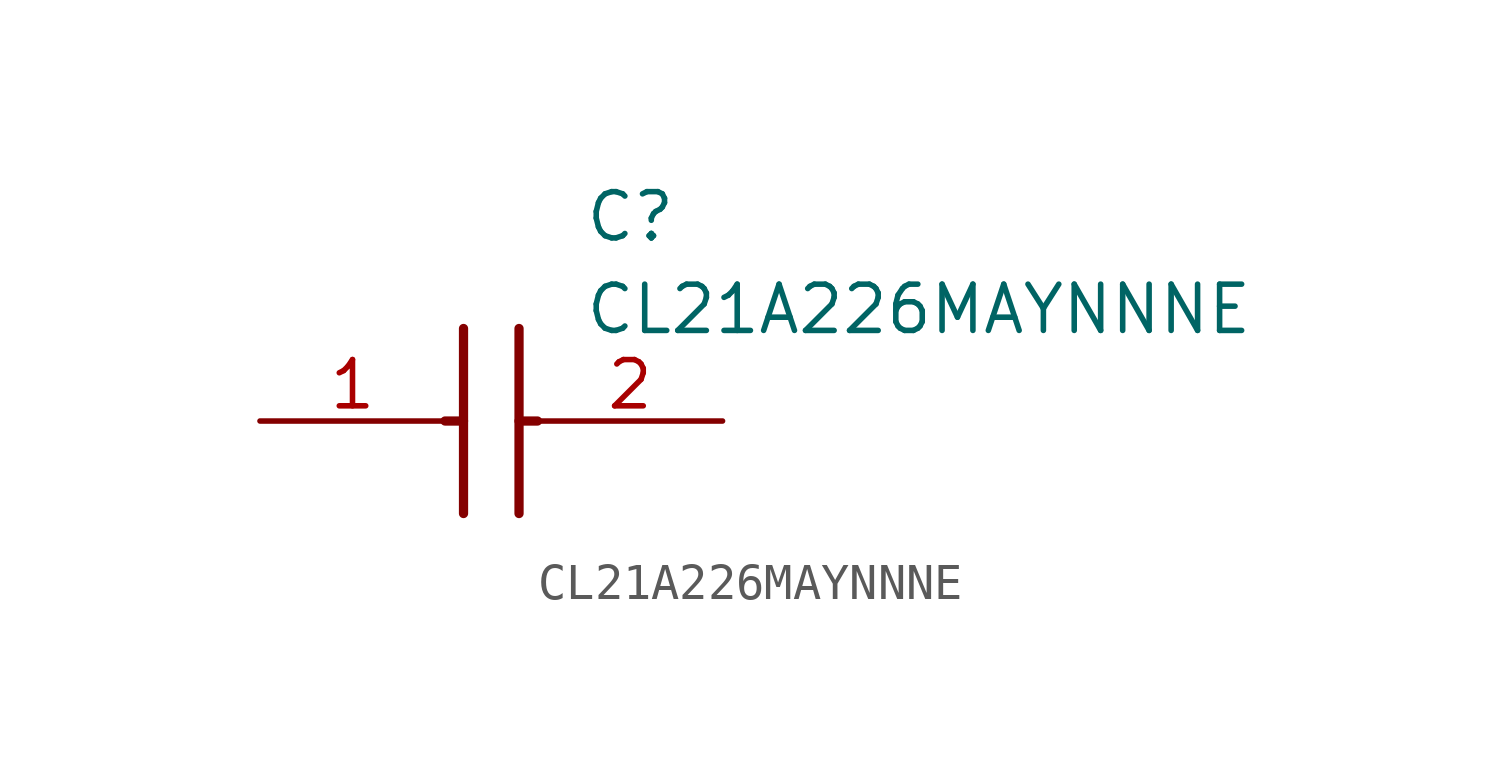
<source format=kicad_sym>
(kicad_symbol_lib
  (version 20231120)
  (generator "kicad_symbol_editor")
  (generator_version "8.0")
  (symbol "CL21A226MAYNNNE"
    (pin_names hide)
    (property "Reference" "C"
      (at 8.89 6.35 0)
      (effects (font (size 1.27 1.27)) (justify left top)))
    (property "Value" "CL21A226MAYNNNE"
      (at 8.89 3.81 0)
      (effects (font (size 1.27 1.27)) (justify left top)))
    (symbol "CL21A226MAYNNNE_1_1"
      (polyline (pts (xy 5.08 0) (xy 5.588 0)) (stroke (width 0.254) (type default)) (fill (type none)))
      (polyline (pts (xy 5.588 2.54) (xy 5.588 -2.54)) (stroke (width 0.254) (type default)) (fill (type none)))
      (polyline (pts (xy 7.112 0) (xy 7.62 0)) (stroke (width 0.254) (type default)) (fill (type none)))
      (polyline (pts (xy 7.112 2.54) (xy 7.112 -2.54)) (stroke (width 0.254) (type default)) (fill (type none)))
      (pin passive line (at 0 0 0) (length 5.08) (name "1" (effects (font (size 1.27 1.27)))) (number "1" (effects (font (size 1.27 1.27)))))
      (pin passive line (at 12.7 0 180) (length 5.08) (name "2" (effects (font (size 1.27 1.27)))) (number "2" (effects (font (size 1.27 1.27))))))))
</source>
